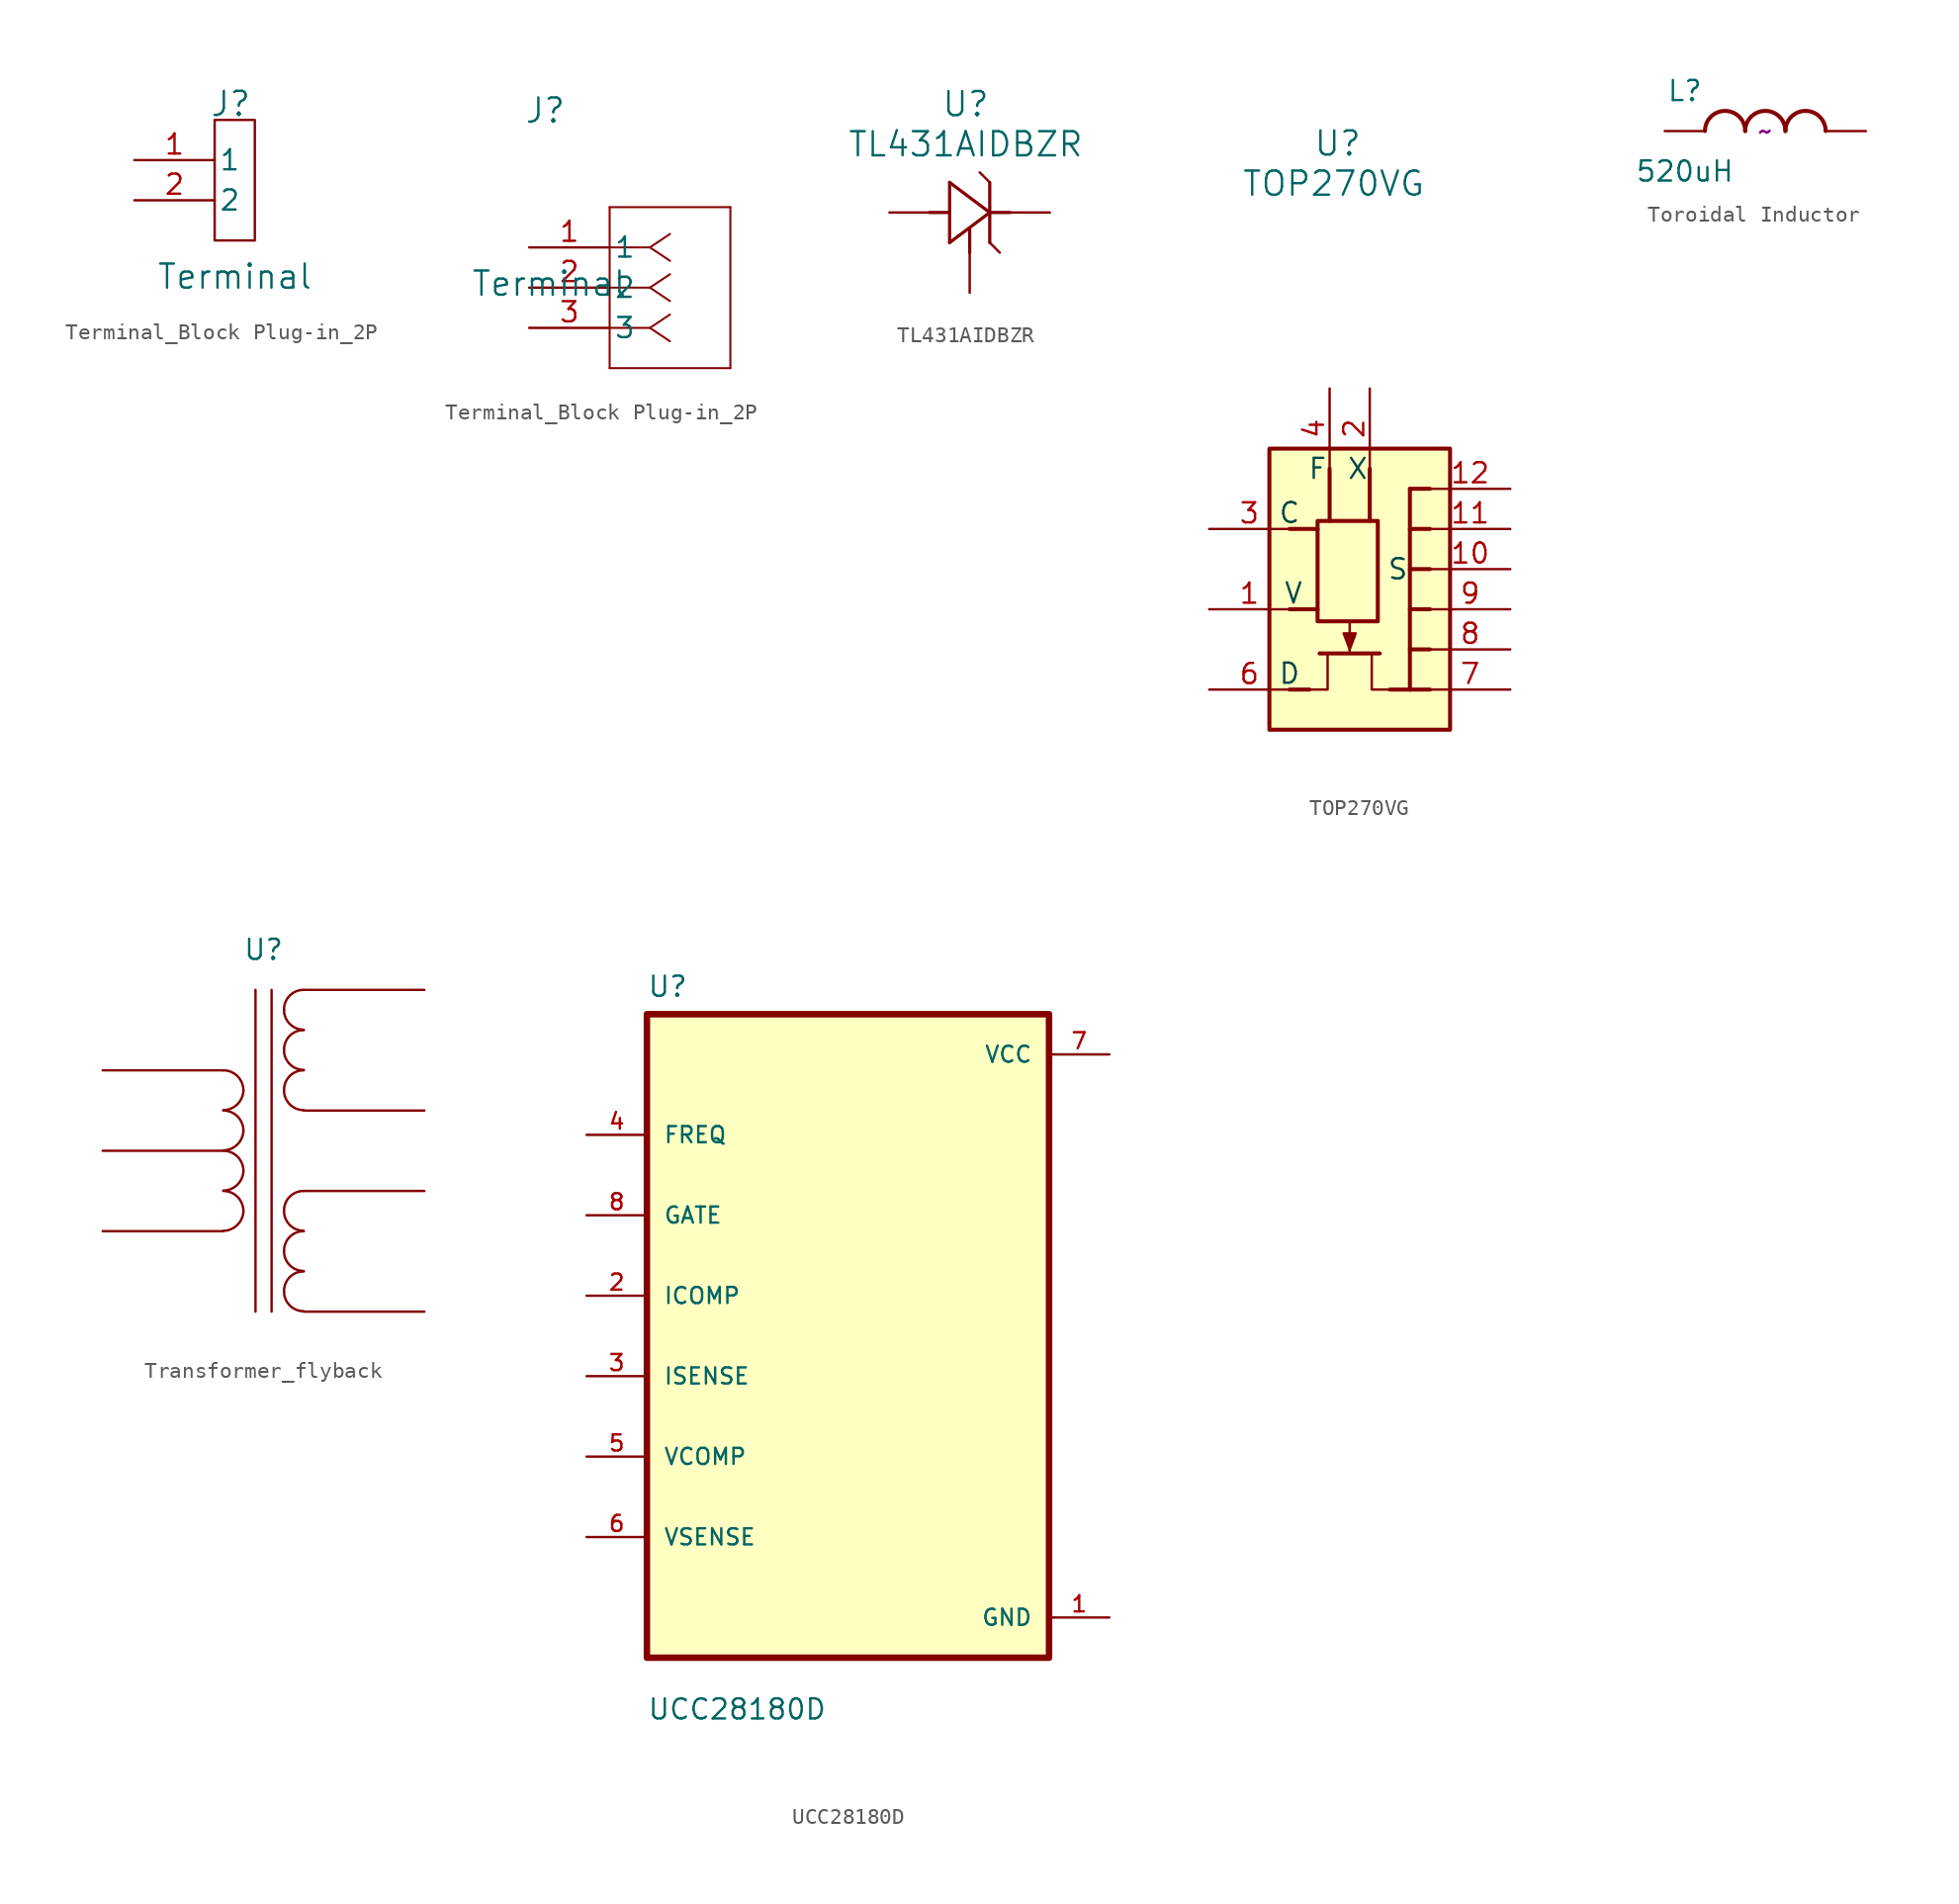
<source format=kicad_sym>
(kicad_symbol_lib
  (version 20231120)
  (generator "kicad_symbol_editor")
  (generator_version "8.0")
  (symbol "Terminal_Block Plug-in_2P"
    (pin_names
      (offset 0.254))
    (property "Reference" "J"
      (at 1.016 8.636 0)
      (effects (font (size 1.524 1.524))))
    (property "Value" "Terminal"
      (at 1.27 -2.286 0)
      (effects (font (size 1.524 1.524))))
    (symbol "Terminal_Block Plug-in_2P_1_1"
      (polyline (pts (xy 0 7.62) (xy 0 0) (xy 2.54 0) (xy 2.54 7.62) (xy 0 7.62)) (stroke (width 0) (type default)) (fill (type none)))
      (pin unspecified line (at -5.08 5.08 0) (length 5.08) (name "1" (effects (font (size 1.27 1.27)))) (number "1" (effects (font (size 1.27 1.27)))))
      (pin unspecified line (at -5.08 2.54 0) (length 5.08) (name "2" (effects (font (size 1.27 1.27)))) (number "2" (effects (font (size 1.27 1.27))))))
    (symbol "Terminal_Block Plug-in_2P_1_2"
      (polyline (pts (xy 5.08 -7.62) (xy 12.7 -7.62)) (stroke (width 0.127) (type default)) (fill (type none)))
      (polyline (pts (xy 5.08 2.54) (xy 5.08 -7.62)) (stroke (width 0.127) (type default)) (fill (type none)))
      (polyline (pts (xy 7.62 -5.08) (xy 5.08 -5.08)) (stroke (width 0.127) (type default)) (fill (type none)))
      (polyline (pts (xy 7.62 -5.08) (xy 8.89 -5.927)) (stroke (width 0.127) (type default)) (fill (type none)))
      (polyline (pts (xy 7.62 -5.08) (xy 8.89 -4.233)) (stroke (width 0.127) (type default)) (fill (type none)))
      (polyline (pts (xy 7.62 -2.54) (xy 5.08 -2.54)) (stroke (width 0.127) (type default)) (fill (type none)))
      (polyline (pts (xy 7.62 -2.54) (xy 8.89 -3.387)) (stroke (width 0.127) (type default)) (fill (type none)))
      (polyline (pts (xy 7.62 -2.54) (xy 8.89 -1.693)) (stroke (width 0.127) (type default)) (fill (type none)))
      (polyline (pts (xy 7.62 0) (xy 5.08 0)) (stroke (width 0.127) (type default)) (fill (type none)))
      (polyline (pts (xy 7.62 0) (xy 8.89 -0.847)) (stroke (width 0.127) (type default)) (fill (type none)))
      (polyline (pts (xy 7.62 0) (xy 8.89 0.847)) (stroke (width 0.127) (type default)) (fill (type none)))
      (polyline (pts (xy 12.7 -7.62) (xy 12.7 2.54)) (stroke (width 0.127) (type default)) (fill (type none)))
      (polyline (pts (xy 12.7 2.54) (xy 5.08 2.54)) (stroke (width 0.127) (type default)) (fill (type none)))
      (pin unspecified line (at 0 0 0) (length 5.08) (name "1" (effects (font (size 1.27 1.27)))) (number "1" (effects (font (size 1.27 1.27)))))
      (pin unspecified line (at 0 -2.54 0) (length 5.08) (name "2" (effects (font (size 1.27 1.27)))) (number "2" (effects (font (size 1.27 1.27)))))
      (pin unspecified line (at 0 -5.08 0) (length 5.08) (name "3" (effects (font (size 1.27 1.27)))) (number "3" (effects (font (size 1.27 1.27)))))))
  (symbol "TL431AIDBZR"
    (pin_numbers hide)
    (pin_names
      (offset 0.254) hide)
    (property "Reference" "U"
      (at 35.306 14.478 0)
      (effects (font (size 1.524 1.524))))
    (property "Value" "TL431AIDBZR"
      (at 35.306 11.938 0)
      (effects (font (size 1.524 1.524))))
    (symbol "TL431AIDBZR_0_1"
      (polyline (pts (xy 36.83 5.715) (xy 37.465 5.08)) (stroke (width 0) (type default)) (fill (type none)))
      (polyline (pts (xy 36.83 9.525) (xy 36.195 10.16)) (stroke (width 0) (type default)) (fill (type none))))
    (symbol "TL431AIDBZR_1_1"
      (polyline (pts (xy 33.02 7.62) (xy 34.29 7.62)) (stroke (width 0.203) (type default)) (fill (type none)))
      (polyline (pts (xy 34.29 5.715) (xy 36.83 7.62)) (stroke (width 0.203) (type default)) (fill (type none)))
      (polyline (pts (xy 34.29 9.525) (xy 34.29 5.715)) (stroke (width 0.203) (type default)) (fill (type none)))
      (polyline (pts (xy 35.56 6.604) (xy 35.56 5.08)) (stroke (width 0.203) (type default)) (fill (type none)))
      (polyline (pts (xy 36.83 5.715) (xy 36.83 9.525)) (stroke (width 0.203) (type default)) (fill (type none)))
      (polyline (pts (xy 36.83 7.62) (xy 34.29 9.525)) (stroke (width 0.203) (type default)) (fill (type none)))
      (polyline (pts (xy 36.83 7.62) (xy 38.1 7.62)) (stroke (width 0.203) (type default)) (fill (type none)))
      (pin unspecified line (at 40.64 7.62 180) (length 2.54) (name "K" (effects (font (size 1.27 1.27)))) (number "1" (effects (font (size 1.27 1.27)))))
      (pin unspecified line (at 35.56 2.54 90) (length 2.54) (name "VREF" (effects (font (size 1.27 1.27)))) (number "2" (effects (font (size 1.27 1.27)))))
      (pin unspecified line (at 30.48 7.62 0) (length 2.54) (name "A" (effects (font (size 1.27 1.27)))) (number "3" (effects (font (size 1.27 1.27)))))))
  (symbol "TOP270VG"
    (pin_names
      (offset 0.254) hide)
    (property "Reference" "U"
      (at 4.318 37.084 0)
      (effects (font (size 1.524 1.524))))
    (property "Value" "TOP270VG"
      (at 4.064 34.544 0)
      (effects (font (size 1.524 1.524))))
    (symbol "TOP270VG_0_1"
      (polyline (pts (xy 5.08 4.826) (xy 5.08 6.858)) (stroke (width 0) (type default)) (fill (type none)))
      (polyline (pts (xy 6.985 4.826) (xy 3.175 4.826)) (stroke (width 0.254) (type default)) (fill (type none)))
      (polyline (pts (xy 2.54 2.54) (xy 3.683 2.54) (xy 3.683 4.826)) (stroke (width 0) (type default)) (fill (type none)))
      (polyline (pts (xy 7.62 2.54) (xy 6.477 2.54) (xy 6.477 4.826)) (stroke (width 0) (type default)) (fill (type none)))
      (polyline (pts (xy 5.08 5.08) (xy 5.461 6.096) (xy 4.699 6.096) (xy 5.08 5.08)) (stroke (width 0) (type default)) (fill (type outline)))
      (pin unspecified line (at -3.81 7.62 0) (length 5.08) (name "V" (effects (font (size 1.27 1.27)))) (number "1" (effects (font (size 1.27 1.27)))))
      (pin unspecified line (at 15.24 10.16 180) (length 5.08) (name "S" (effects (font (size 1.27 1.27)))) (number "10" (effects (font (size 1.27 1.27)))))
      (pin unspecified line (at 15.24 12.7 180) (length 5.08) (name "S" (effects (font (size 1.27 1.27)))) (number "11" (effects (font (size 1.27 1.27)))))
      (pin unspecified line (at 15.24 15.24 180) (length 5.08) (name "S" (effects (font (size 1.27 1.27)))) (number "12" (effects (font (size 1.27 1.27)))))
      (pin unspecified line (at 6.35 21.59 270) (length 5.08) (name "X" (effects (font (size 1.27 1.27)))) (number "2" (effects (font (size 1.27 1.27)))))
      (pin unspecified line (at -3.81 12.7 0) (length 5.08) (name "C" (effects (font (size 1.27 1.27)))) (number "3" (effects (font (size 1.27 1.27)))))
      (pin unspecified line (at 3.81 21.59 270) (length 5.08) (name "F" (effects (font (size 1.27 1.27)))) (number "4" (effects (font (size 1.27 1.27)))))
      (pin unspecified line (at -3.81 2.54 0) (length 5.08) (name "D" (effects (font (size 1.27 1.27)))) (number "6" (effects (font (size 1.27 1.27)))))
      (pin unspecified line (at 15.24 2.54 180) (length 5.08) (name "S" (effects (font (size 1.27 1.27)))) (number "7" (effects (font (size 1.27 1.27)))))
      (pin unspecified line (at 15.24 5.08 180) (length 5.08) (name "S" (effects (font (size 1.27 1.27)))) (number "8" (effects (font (size 1.27 1.27)))))
      (pin unspecified line (at 15.24 7.62 180) (length 5.08) (name "S" (effects (font (size 1.27 1.27)))) (number "9" (effects (font (size 1.27 1.27))))))
    (symbol "TOP270VG_1_1"
      (polyline (pts (xy 2.54 2.54) (xy 1.27 2.54)) (stroke (width 0.254) (type default)) (fill (type none)))
      (polyline (pts (xy 3.048 7.62) (xy 1.27 7.62)) (stroke (width 0.254) (type default)) (fill (type none)))
      (polyline (pts (xy 3.048 12.7) (xy 1.27 12.7)) (stroke (width 0.254) (type default)) (fill (type none)))
      (polyline (pts (xy 3.81 16.51) (xy 3.81 13.208)) (stroke (width 0.254) (type default)) (fill (type none)))
      (polyline (pts (xy 6.35 16.51) (xy 6.35 13.208)) (stroke (width 0.254) (type default)) (fill (type none)))
      (polyline (pts (xy 8.89 2.54) (xy 7.62 2.54)) (stroke (width 0.254) (type default)) (fill (type none)))
      (polyline (pts (xy 8.89 15.24) (xy 8.89 2.54)) (stroke (width 0.254) (type default)) (fill (type none)))
      (polyline (pts (xy 10.16 2.54) (xy 8.89 2.54)) (stroke (width 0.254) (type default)) (fill (type none)))
      (polyline (pts (xy 10.16 5.08) (xy 8.89 5.08)) (stroke (width 0.254) (type default)) (fill (type none)))
      (polyline (pts (xy 10.16 7.62) (xy 8.89 7.62)) (stroke (width 0.254) (type default)) (fill (type none)))
      (polyline (pts (xy 10.16 10.16) (xy 8.89 10.16)) (stroke (width 0.254) (type default)) (fill (type none)))
      (polyline (pts (xy 10.16 12.7) (xy 8.89 12.7)) (stroke (width 0.254) (type default)) (fill (type none)))
      (polyline (pts (xy 10.16 15.24) (xy 8.89 15.24)) (stroke (width 0.254) (type default)) (fill (type none)))
      (rectangle (start 0 17.78) (end 11.43 0) (stroke (width 0.254) (type default)) (fill (type background)))
      (rectangle (start 3.048 13.208) (end 6.858 6.858) (stroke (width 0.254) (type default)) (fill (type none)))
      (text "C" (at 1.27 13.716 0) (effects (font (size 1.27 1.27) (color 0 72 72 1))))
      (text "D" (at 1.27 3.556 0) (effects (font (size 1.27 1.27) (color 0 72 72 1))))
      (text "F" (at 3.048 16.51 0) (effects (font (size 1.27 1.27) (color 0 72 72 1))))
      (text "S" (at 8.128 10.16 0) (effects (font (size 1.27 1.27) (color 0 72 72 1))))
      (text "V" (at 1.524 8.636 0) (effects (font (size 1.27 1.27) (color 0 72 72 1))))
      (text "X" (at 5.588 16.51 0) (effects (font (size 1.27 1.27) (color 0 72 72 1))))))
  (symbol "Toroidal Inductor"
    (pin_numbers hide)
    (pin_names
      (offset 1.016))
    (property "Reference" "L"
      (at -5.08 2.54 0)
      (effects (font (size 1.27 1.27))))
    (property "Value" "520uH"
      (at -5.08 -2.54 0)
      (effects (font (size 1.27 1.27))))
    (property "Supply URL" "~"
      (at 0 0 0)
      (effects (font (size 1.27 1.27))))
    (symbol "Toroidal Inductor_0_0"
      (arc (start -1.27 0.0055) (mid -2.54 1.27) (end -3.81 0.0055) (stroke (width 0.254) (type default)) (fill (type none)))
      (arc (start 1.27 0.0055) (mid 0 1.27) (end -1.27 0.0055) (stroke (width 0.254) (type default)) (fill (type none)))
      (arc (start 3.81 0.0055) (mid 2.54 1.27) (end 1.27 0.0055) (stroke (width 0.254) (type default)) (fill (type none)))
      (pin passive line (at -6.35 0 0) (length 2.54) (name "~" (effects (font (size 1.016 1.016)))) (number "1" (effects (font (size 1.016 1.016)))))
      (pin passive line (at 6.35 0 180) (length 2.54) (name "~" (effects (font (size 1.016 1.016)))) (number "2" (effects (font (size 1.016 1.016)))))))
  (symbol "Transformer_flyback"
    (pin_numbers hide)
    (pin_names hide)
    (property "Reference" "U"
      (at 0 0 0)
      (effects (font (size 1.27 1.27))))
    (property "Value" ""
      (at 0 0 0)
      (effects (font (size 1.27 1.27))))
    (symbol "Transformer_flyback_0_1"
      (arc (start -2.54 -17.7546) (mid -1.6561 -17.3863) (end -1.27 -16.51) (stroke (width 0) (type default)) (fill (type none)))
      (arc (start -2.54 -15.2146) (mid -1.6561 -14.8463) (end -1.27 -13.97) (stroke (width 0) (type default)) (fill (type none)))
      (arc (start -2.54 -12.6746) (mid -1.6561 -12.3063) (end -1.27 -11.43) (stroke (width 0) (type default)) (fill (type none)))
      (arc (start -2.54 -10.1346) (mid -1.6561 -9.7663) (end -1.27 -8.89) (stroke (width 0) (type default)) (fill (type none)))
      (arc (start -1.27 -16.51) (mid -1.642 -15.612) (end -2.54 -15.24) (stroke (width 0) (type default)) (fill (type none)))
      (arc (start -1.27 -13.97) (mid -1.642 -13.072) (end -2.54 -12.7) (stroke (width 0) (type default)) (fill (type none)))
      (arc (start -1.27 -11.43) (mid -1.642 -10.532) (end -2.54 -10.16) (stroke (width 0) (type default)) (fill (type none)))
      (arc (start -1.27 -8.89) (mid -1.642 -7.992) (end -2.54 -7.62) (stroke (width 0) (type default)) (fill (type none)))
      (polyline (pts (xy -0.508 -22.86) (xy -0.508 -2.54)) (stroke (width 0) (type default)) (fill (type none)))
      (polyline (pts (xy 0.508 -2.54) (xy 0.508 -22.86)) (stroke (width 0) (type default)) (fill (type none)))
      (arc (start 1.2954 -21.59) (mid 1.6599 -22.4701) (end 2.54 -22.8346) (stroke (width 0) (type default)) (fill (type none)))
      (arc (start 1.2954 -19.05) (mid 1.6599 -19.9301) (end 2.54 -20.2946) (stroke (width 0) (type default)) (fill (type none)))
      (arc (start 1.2954 -16.51) (mid 1.6599 -17.3901) (end 2.54 -17.7546) (stroke (width 0) (type default)) (fill (type none)))
      (arc (start 1.2954 -8.89) (mid 1.6599 -9.7701) (end 2.54 -10.1346) (stroke (width 0) (type default)) (fill (type none)))
      (arc (start 1.2954 -6.35) (mid 1.6599 -7.2301) (end 2.54 -7.5946) (stroke (width 0) (type default)) (fill (type none)))
      (arc (start 1.2954 -3.81) (mid 1.6599 -4.6901) (end 2.54 -5.0546) (stroke (width 0) (type default)) (fill (type none)))
      (arc (start 2.54 -20.32) (mid 1.6458 -20.6885) (end 1.2954 -21.59) (stroke (width 0) (type default)) (fill (type none)))
      (arc (start 2.54 -17.78) (mid 1.6458 -18.1485) (end 1.2954 -19.05) (stroke (width 0) (type default)) (fill (type none)))
      (arc (start 2.54 -15.24) (mid 1.6458 -15.6085) (end 1.2954 -16.51) (stroke (width 0) (type default)) (fill (type none)))
      (arc (start 2.54 -7.62) (mid 1.6458 -7.9885) (end 1.2954 -8.89) (stroke (width 0) (type default)) (fill (type none)))
      (arc (start 2.54 -5.08) (mid 1.6458 -5.4485) (end 1.2954 -6.35) (stroke (width 0) (type default)) (fill (type none)))
      (arc (start 2.54 -2.54) (mid 1.6458 -2.9085) (end 1.2954 -3.81) (stroke (width 0) (type default)) (fill (type none))))
    (symbol "Transformer_flyback_1_1"
      (pin passive line (at -10.16 -7.62 0) (length 7.62) (name "IN+" (effects (font (size 1.27 1.27)))) (number "1" (effects (font (size 1.27 1.27)))))
      (pin passive line (at -10.16 -12.7 0) (length 7.62) (name "PM" (effects (font (size 1.27 1.27)))) (number "2" (effects (font (size 1.27 1.27)))))
      (pin passive line (at -10.16 -17.78 0) (length 7.62) (name "IN-" (effects (font (size 1.27 1.27)))) (number "3" (effects (font (size 1.27 1.27)))))
      (pin passive line (at 10.16 -2.54 180) (length 7.62) (name "OUT1A" (effects (font (size 1.27 1.27)))) (number "4" (effects (font (size 1.27 1.27)))))
      (pin passive line (at 10.16 -10.16 180) (length 7.62) (name "OUT1B" (effects (font (size 1.27 1.27)))) (number "5" (effects (font (size 1.27 1.27)))))
      (pin passive line (at 10.16 -15.24 180) (length 7.62) (name "OUT2A" (effects (font (size 1.27 1.27)))) (number "6" (effects (font (size 1.27 1.27)))))
      (pin passive line (at 10.16 -22.86 180) (length 7.62) (name "OUT2B" (effects (font (size 1.27 1.27)))) (number "7" (effects (font (size 1.27 1.27)))))))
  (symbol "UCC28180D"
    (pin_names
      (offset 1.016))
    (property "Reference" "U"
      (at 0 41.64 0)
      (effects (font (size 1.27 1.27)) (justify left bottom)))
    (property "Value" "UCC28180D"
      (at 0 -4 0)
      (effects (font (size 1.27 1.27)) (justify left bottom)))
    (symbol "UCC28180D_0_0"
      (rectangle (start 0 0) (end 25.4 40.64) (stroke (width 0.41) (type default)) (fill (type background)))
      (pin power_in line (at 29.21 2.54 180) (length 3.81) (name "GND" (effects (font (size 1.016 1.016)))) (number "1" (effects (font (size 1.016 1.016)))))
      (pin bidirectional line (at -3.81 22.86 0) (length 3.81) (name "ICOMP" (effects (font (size 1.016 1.016)))) (number "2" (effects (font (size 1.016 1.016)))))
      (pin bidirectional line (at -3.81 17.78 0) (length 3.81) (name "ISENSE" (effects (font (size 1.016 1.016)))) (number "3" (effects (font (size 1.016 1.016)))))
      (pin bidirectional line (at -3.81 33.02 0) (length 3.81) (name "FREQ" (effects (font (size 1.016 1.016)))) (number "4" (effects (font (size 1.016 1.016)))))
      (pin bidirectional line (at -3.81 12.7 0) (length 3.81) (name "VCOMP" (effects (font (size 1.016 1.016)))) (number "5" (effects (font (size 1.016 1.016)))))
      (pin bidirectional line (at -3.81 7.62 0) (length 3.81) (name "VSENSE" (effects (font (size 1.016 1.016)))) (number "6" (effects (font (size 1.016 1.016)))))
      (pin power_in line (at 29.21 38.1 180) (length 3.81) (name "VCC" (effects (font (size 1.016 1.016)))) (number "7" (effects (font (size 1.016 1.016)))))
      (pin bidirectional line (at -3.81 27.94 0) (length 3.81) (name "GATE" (effects (font (size 1.016 1.016)))) (number "8" (effects (font (size 1.016 1.016))))))))
</source>
